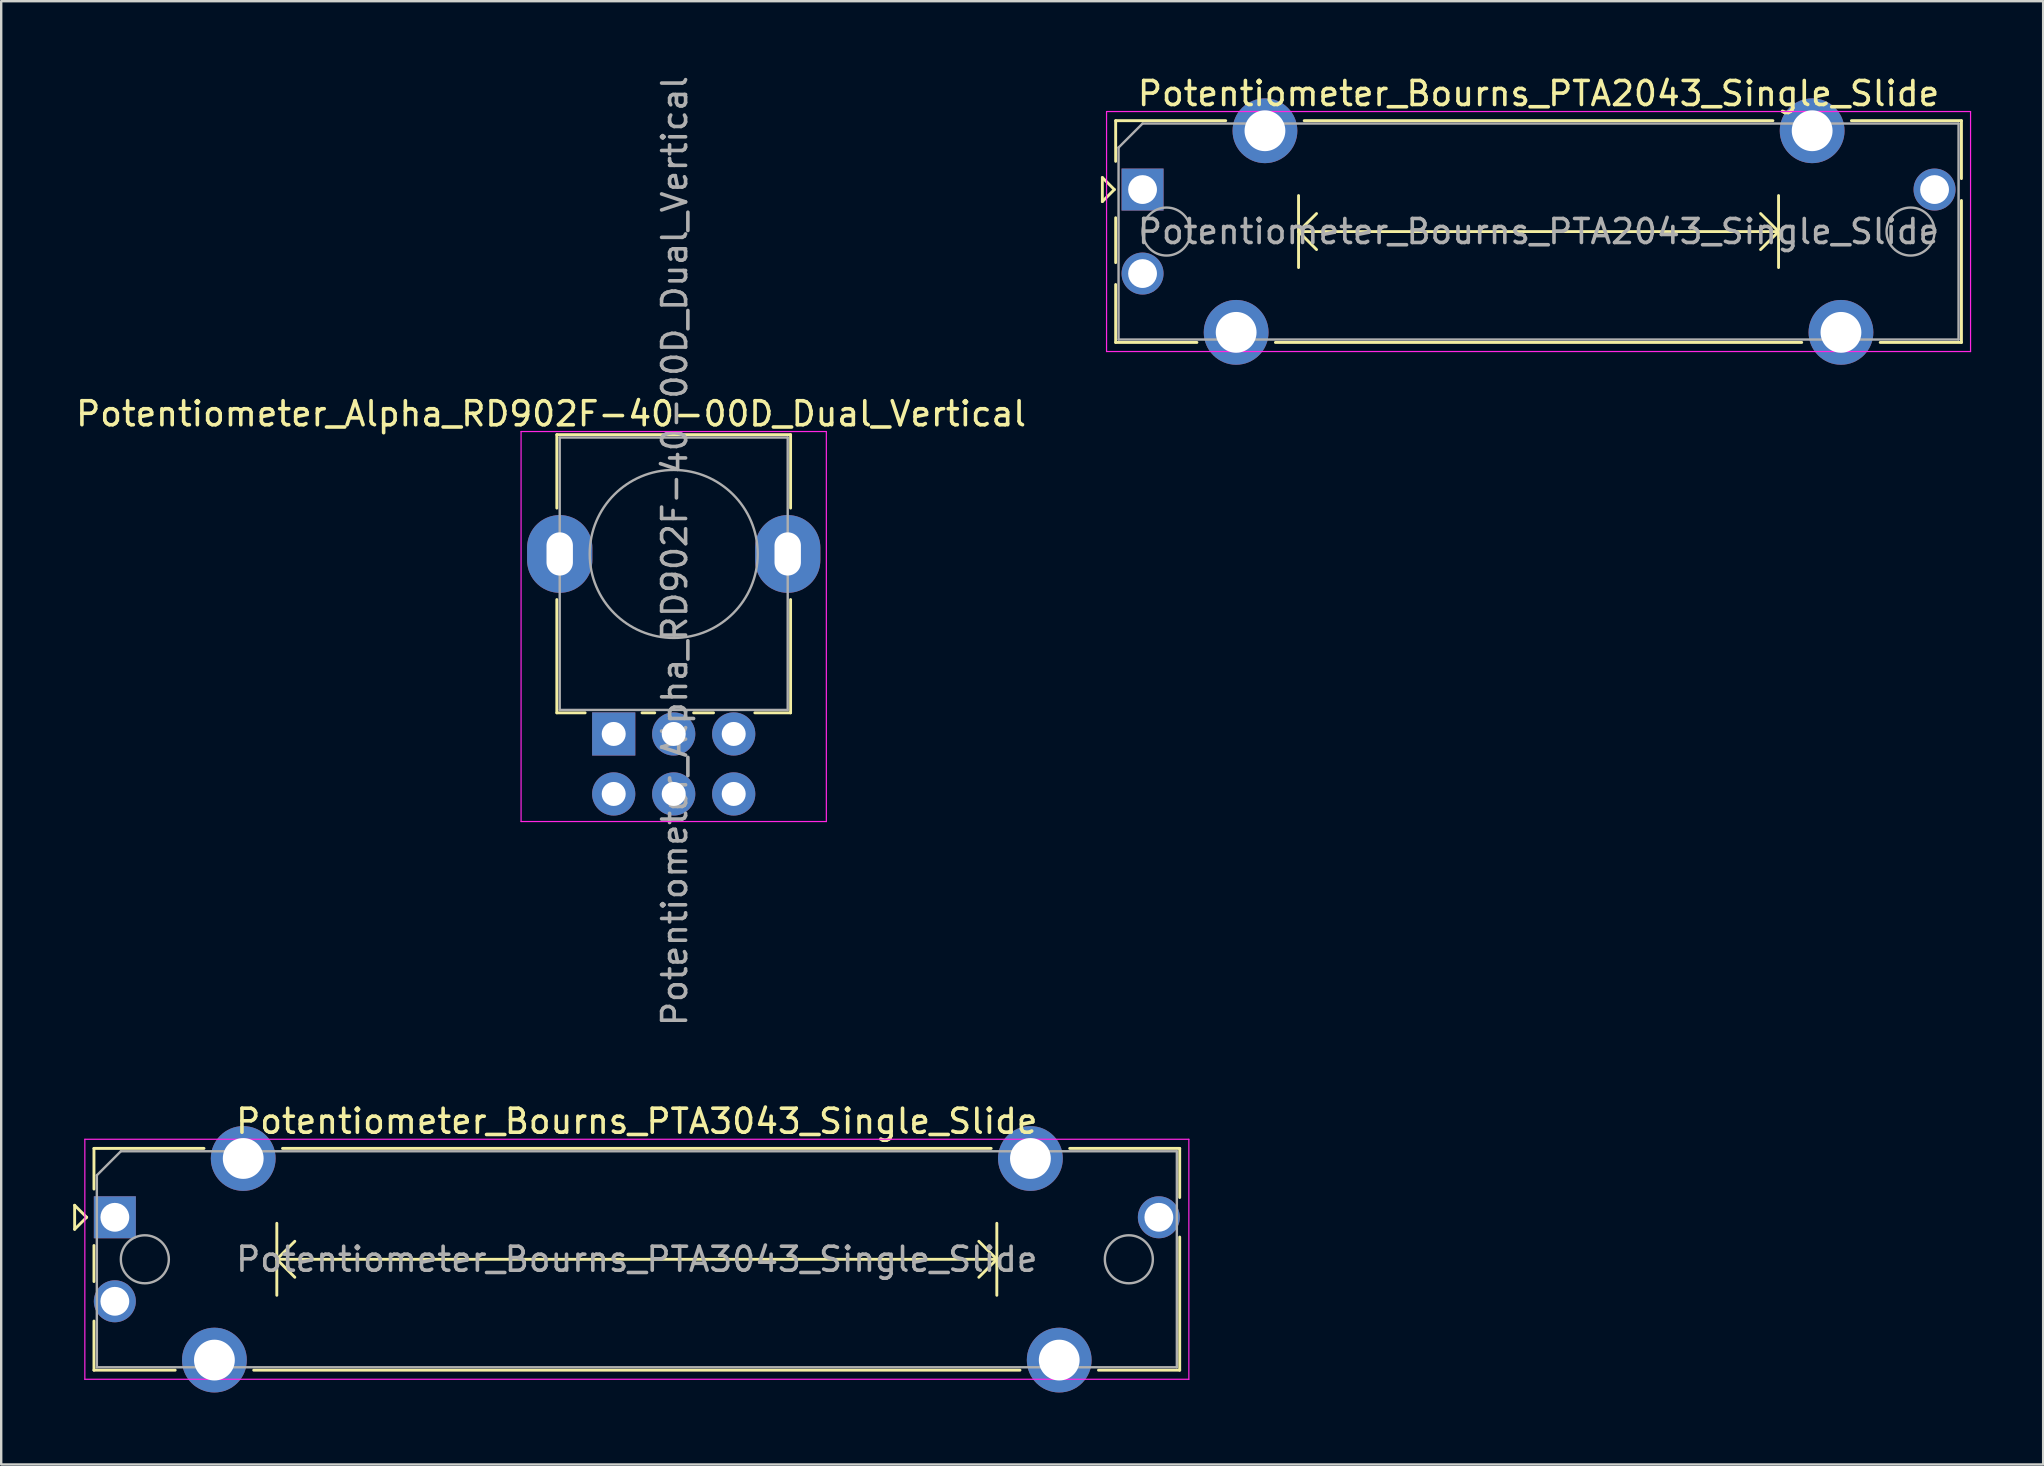
<source format=kicad_pcb>
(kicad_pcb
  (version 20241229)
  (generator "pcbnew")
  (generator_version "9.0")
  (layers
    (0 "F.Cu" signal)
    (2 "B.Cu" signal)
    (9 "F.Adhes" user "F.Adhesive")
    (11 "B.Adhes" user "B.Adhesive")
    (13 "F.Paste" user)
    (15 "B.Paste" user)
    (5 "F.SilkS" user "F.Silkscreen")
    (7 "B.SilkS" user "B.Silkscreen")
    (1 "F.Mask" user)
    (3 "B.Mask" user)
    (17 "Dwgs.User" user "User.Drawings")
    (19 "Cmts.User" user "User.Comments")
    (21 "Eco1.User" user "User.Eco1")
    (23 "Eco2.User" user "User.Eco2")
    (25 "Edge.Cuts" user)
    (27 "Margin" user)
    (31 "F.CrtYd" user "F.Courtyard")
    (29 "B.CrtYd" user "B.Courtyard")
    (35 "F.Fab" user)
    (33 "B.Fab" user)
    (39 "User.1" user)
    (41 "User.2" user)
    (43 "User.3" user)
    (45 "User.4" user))
  (footprint "Potentiometer_Alpha_RD902F-40-00D_Dual_Vertical"
    (layer "F.Cu")
    (at 25.021 20.031)
    (property "Reference" "Potentiometer_Alpha_RD902F-40-00D_Dual_Vertical" (at -5.11 -5.84 180) (layer "F.SilkS") (effects (font (size 1 1) (thickness 0.15))))
    (attr through_hole)
    (fp_line (start -4.87 -1.91) (end -4.87 -4.97) (stroke (width 0.12) (type solid)) (layer "F.SilkS"))
    (fp_line (start -4.87 6.62) (end -4.87 1.9) (stroke (width 0.12) (type solid)) (layer "F.SilkS"))
    (fp_line (start -3.69 6.62) (end -4.87 6.62) (stroke (width 0.12) (type solid)) (layer "F.SilkS"))
    (fp_line (start -0.79 6.62) (end -1.32 6.62) (stroke (width 0.12) (type solid)) (layer "F.SilkS"))
    (fp_line (start 1.66 6.62) (end 0.83 6.62) (stroke (width 0.12) (type solid)) (layer "F.SilkS"))
    (fp_line (start 4.87 -4.97) (end -4.87 -4.97) (stroke (width 0.12) (type solid)) (layer "F.SilkS"))
    (fp_line (start 4.87 -1.91) (end 4.87 -4.97) (stroke (width 0.12) (type solid)) (layer "F.SilkS"))
    (fp_line (start 4.87 6.62) (end 3.38 6.62) (stroke (width 0.12) (type solid)) (layer "F.SilkS"))
    (fp_line (start 4.87 6.62) (end 4.87 1.9) (stroke (width 0.12) (type solid)) (layer "F.SilkS"))
    (fp_line (start -6.36 -5.1) (end -6.36 11.15) (stroke (width 0.05) (type solid)) (layer "F.CrtYd"))
    (fp_line (start -6.36 11.15) (end 6.36 11.15) (stroke (width 0.05) (type solid)) (layer "F.CrtYd"))
    (fp_line (start 6.36 -5.1) (end -6.36 -5.1) (stroke (width 0.05) (type solid)) (layer "F.CrtYd"))
    (fp_line (start 6.36 11.15) (end 6.36 -5.1) (stroke (width 0.05) (type solid)) (layer "F.CrtYd"))
    (fp_line (start -4.75 6.5) (end -4.75 -4.85) (stroke (width 0.1) (type solid)) (layer "F.Fab"))
    (fp_line (start 4.75 -4.85) (end -4.75 -4.85) (stroke (width 0.1) (type solid)) (layer "F.Fab"))
    (fp_line (start 4.75 6.5) (end -4.75 6.5) (stroke (width 0.1) (type solid)) (layer "F.Fab"))
    (fp_line (start 4.75 6.5) (end 4.75 -4.85) (stroke (width 0.1) (type solid)) (layer "F.Fab"))
    (fp_circle (center 0 0) (end -3.5 0) (stroke (width 0.1) (type solid)) (fill no) (layer "F.Fab"))
    (fp_text user "${REFERENCE}" (at 0.04 -0.12 90) (layer "F.Fab") (effects (font (size 1 1) (thickness 0.15))))
    (pad "" thru_hole oval (at -4.75 0 180) (size 2.72 3.24) (drill oval 1.1 1.8) (layers "*.Cu" "*.Mask"))
    (pad "" thru_hole oval (at 4.75 0 180) (size 2.72 3.24) (drill oval 1.1 1.8) (layers "*.Cu" "*.Mask"))
    (pad "1" thru_hole rect (at -2.5 7.5 180) (size 1.8 1.8) (drill 1) (layers "*.Cu" "*.Mask"))
    (pad "2" thru_hole circle (at 0 7.5 180) (size 1.8 1.8) (drill 1) (layers "*.Cu" "*.Mask"))
    (pad "3" thru_hole circle (at 2.5 7.5 180) (size 1.8 1.8) (drill 1) (layers "*.Cu" "*.Mask"))
    (pad "4" thru_hole circle (at -2.5 10 180) (size 1.8 1.8) (drill 1) (layers "*.Cu" "*.Mask"))
    (pad "5" thru_hole circle (at 0 10 180) (size 1.8 1.8) (drill 1) (layers "*.Cu" "*.Mask"))
    (pad "6" thru_hole circle (at 2.5 10 180) (size 1.8 1.8) (drill 1) (layers "*.Cu" "*.Mask")))
  (footprint "Potentiometer_Bourns_PTA3043_Single_Slide"
    (layer "F.Cu")
    (at 23.485 49.43)
    (property "Reference" "Potentiometer_Bourns_PTA3043_Single_Slide" (at -0.001 -5.76 0) (layer "F.SilkS") (effects (font (size 1 1) (thickness 0.15))))
    (attr through_hole)
    (fp_line (start -23.425 -2.26) (end -23.425 -1.26) (stroke (width 0.12) (type solid)) (layer "F.SilkS"))
    (fp_line (start -23.425 -1.26) (end -22.925 -1.76) (stroke (width 0.12) (type solid)) (layer "F.SilkS"))
    (fp_line (start -22.925 -1.76) (end -23.425 -2.26) (stroke (width 0.12) (type solid)) (layer "F.SilkS"))
    (fp_line (start -22.62 -4.63) (end -22.62 -2.935) (stroke (width 0.12) (type solid)) (layer "F.SilkS"))
    (fp_line (start -22.62 -4.63) (end -18.035 -4.63) (stroke (width 0.12) (type solid)) (layer "F.SilkS"))
    (fp_line (start -22.62 -0.585) (end -22.62 0.918) (stroke (width 0.12) (type solid)) (layer "F.SilkS"))
    (fp_line (start -22.62 2.563) (end -22.62 4.61) (stroke (width 0.12) (type solid)) (layer "F.SilkS"))
    (fp_line (start -22.62 4.61) (end -19.235 4.61) (stroke (width 0.12) (type solid)) (layer "F.SilkS"))
    (fp_line (start -15.964 4.61) (end 15.964 4.61) (stroke (width 0.12) (type solid)) (layer "F.SilkS"))
    (fp_line (start -15.001 -1.51) (end -15.001 1.49) (stroke (width 0.12) (type solid)) (layer "F.SilkS"))
    (fp_line (start -15.001 -0.01) (end -14.251 0.74) (stroke (width 0.12) (type solid)) (layer "F.SilkS"))
    (fp_line (start -15.001 -0.01) (end 14.999 -0.01) (stroke (width 0.12) (type solid)) (layer "F.SilkS"))
    (fp_line (start -14.764 -4.63) (end 14.764 -4.63) (stroke (width 0.12) (type solid)) (layer "F.SilkS"))
    (fp_line (start -14.251 -0.76) (end -15.001 -0.01) (stroke (width 0.12) (type solid)) (layer "F.SilkS"))
    (fp_line (start 14.249 -0.76) (end 14.999 -0.01) (stroke (width 0.12) (type solid)) (layer "F.SilkS"))
    (fp_line (start 14.999 -1.51) (end 14.999 1.49) (stroke (width 0.12) (type solid)) (layer "F.SilkS"))
    (fp_line (start 14.999 -0.01) (end 14.249 0.74) (stroke (width 0.12) (type solid)) (layer "F.SilkS"))
    (fp_line (start 18.035 -4.63) (end 22.619 -4.63) (stroke (width 0.12) (type solid)) (layer "F.SilkS"))
    (fp_line (start 19.235 4.61) (end 22.619 4.61) (stroke (width 0.12) (type solid)) (layer "F.SilkS"))
    (fp_line (start 22.619 -4.63) (end 22.619 -2.583) (stroke (width 0.12) (type solid)) (layer "F.SilkS"))
    (fp_line (start 22.619 -0.937) (end 22.619 4.61) (stroke (width 0.12) (type solid)) (layer "F.SilkS"))
    (fp_line (start -23 -5.01) (end -23 4.99) (stroke (width 0.05) (type solid)) (layer "F.CrtYd"))
    (fp_line (start -23 4.99) (end 23 4.99) (stroke (width 0.05) (type solid)) (layer "F.CrtYd"))
    (fp_line (start 23 -5.01) (end -23 -5.01) (stroke (width 0.05) (type solid)) (layer "F.CrtYd"))
    (fp_line (start 23 4.99) (end 23 -5.01) (stroke (width 0.05) (type solid)) (layer "F.CrtYd"))
    (fp_line (start -22.5 -3.51) (end -21.5 -4.51) (stroke (width 0.1) (type solid)) (layer "F.Fab"))
    (fp_line (start -22.5 4.49) (end -22.5 -3.51) (stroke (width 0.1) (type solid)) (layer "F.Fab"))
    (fp_line (start -21.5 -4.51) (end 22.5 -4.51) (stroke (width 0.1) (type solid)) (layer "F.Fab"))
    (fp_line (start 22.5 -4.51) (end 22.5 4.49) (stroke (width 0.1) (type solid)) (layer "F.Fab"))
    (fp_line (start 22.5 4.49) (end -22.5 4.49) (stroke (width 0.1) (type solid)) (layer "F.Fab"))
    (fp_circle (center -20.5 -0.01) (end -19.5 -0.01) (stroke (width 0.1) (type solid)) (fill no) (layer "F.Fab"))
    (fp_circle (center 20.5 -0.01) (end 21.5 -0.01) (stroke (width 0.1) (type solid)) (fill no) (layer "F.Fab"))
    (fp_text user "${REFERENCE}" (at -0.001 -0.01 0) (layer "F.Fab") (effects (font (size 1 1) (thickness 0.15))))
    (pad "1" thru_hole rect (at -21.75 -1.76) (size 1.75 1.75) (drill 1.2) (layers "*.Cu" "*.Mask"))
    (pad "2" thru_hole circle (at -21.75 1.74) (size 1.75 1.75) (drill 1.2) (layers "*.Cu" "*.Mask"))
    (pad "3" thru_hole circle (at 21.75 -1.76) (size 1.75 1.75) (drill 1.2) (layers "*.Cu" "*.Mask"))
    (pad "MP" thru_hole circle (at -17.601 4.19) (size 2.7 2.7) (drill 1.7) (layers "*.Cu" "*.Mask"))
    (pad "MP" thru_hole circle (at -16.401 -4.21) (size 2.7 2.7) (drill 1.7) (layers "*.Cu" "*.Mask"))
    (pad "MP" thru_hole circle (at 16.399 -4.21) (size 2.7 2.7) (drill 1.7) (layers "*.Cu" "*.Mask"))
    (pad "MP" thru_hole circle (at 17.599 4.19) (size 2.7 2.7) (drill 1.7) (layers "*.Cu" "*.Mask")))
  (footprint "Potentiometer_Bourns_PTA2043_Single_Slide"
    (layer "F.Cu")
    (at 61.056 6.598)
    (property "Reference" "Potentiometer_Bourns_PTA2043_Single_Slide" (at 0 -5.75 0) (layer "F.SilkS") (effects (font (size 1 1) (thickness 0.15))))
    (attr through_hole)
    (fp_line (start -18.175 -2.25) (end -18.175 -1.25) (stroke (width 0.12) (type solid)) (layer "F.SilkS"))
    (fp_line (start -18.175 -1.25) (end -17.675 -1.75) (stroke (width 0.12) (type solid)) (layer "F.SilkS"))
    (fp_line (start -17.675 -1.75) (end -18.175 -2.25) (stroke (width 0.12) (type solid)) (layer "F.SilkS"))
    (fp_line (start -17.62 -4.62) (end -17.62 -2.925) (stroke (width 0.12) (type solid)) (layer "F.SilkS"))
    (fp_line (start -17.62 -4.62) (end -13.035 -4.62) (stroke (width 0.12) (type solid)) (layer "F.SilkS"))
    (fp_line (start -17.62 -0.575) (end -17.62 1.295) (stroke (width 0.12) (type solid)) (layer "F.SilkS"))
    (fp_line (start -17.62 2.206) (end -17.62 4.62) (stroke (width 0.12) (type solid)) (layer "F.SilkS"))
    (fp_line (start -17.62 4.62) (end -14.235 4.62) (stroke (width 0.12) (type solid)) (layer "F.SilkS"))
    (fp_line (start -10.964 4.62) (end 10.965 4.62) (stroke (width 0.12) (type solid)) (layer "F.SilkS"))
    (fp_line (start -10 -1.5) (end -10 1.5) (stroke (width 0.12) (type solid)) (layer "F.SilkS"))
    (fp_line (start -10 0) (end -9.25 0.75) (stroke (width 0.12) (type solid)) (layer "F.SilkS"))
    (fp_line (start -10 0) (end 10 0) (stroke (width 0.12) (type solid)) (layer "F.SilkS"))
    (fp_line (start -9.764 -4.62) (end 9.765 -4.62) (stroke (width 0.12) (type solid)) (layer "F.SilkS"))
    (fp_line (start -9.25 -0.75) (end -10 0) (stroke (width 0.12) (type solid)) (layer "F.SilkS"))
    (fp_line (start 9.25 -0.75) (end 10 0) (stroke (width 0.12) (type solid)) (layer "F.SilkS"))
    (fp_line (start 10 -1.5) (end 10 1.5) (stroke (width 0.12) (type solid)) (layer "F.SilkS"))
    (fp_line (start 10 0) (end 9.25 0.75) (stroke (width 0.12) (type solid)) (layer "F.SilkS"))
    (fp_line (start 13.036 -4.62) (end 17.62 -4.62) (stroke (width 0.12) (type solid)) (layer "F.SilkS"))
    (fp_line (start 14.236 4.62) (end 17.62 4.62) (stroke (width 0.12) (type solid)) (layer "F.SilkS"))
    (fp_line (start 17.62 -4.62) (end 17.62 -2.206) (stroke (width 0.12) (type solid)) (layer "F.SilkS"))
    (fp_line (start 17.62 -1.294) (end 17.62 4.62) (stroke (width 0.12) (type solid)) (layer "F.SilkS"))
    (fp_line (start -18 -5) (end -18 5) (stroke (width 0.05) (type solid)) (layer "F.CrtYd"))
    (fp_line (start -18 5) (end 18 5) (stroke (width 0.05) (type solid)) (layer "F.CrtYd"))
    (fp_line (start 18 -5) (end -18 -5) (stroke (width 0.05) (type solid)) (layer "F.CrtYd"))
    (fp_line (start 18 5) (end 18 -5) (stroke (width 0.05) (type solid)) (layer "F.CrtYd"))
    (fp_line (start -17.5 -3.5) (end -16.5 -4.5) (stroke (width 0.1) (type solid)) (layer "F.Fab"))
    (fp_line (start -17.5 4.5) (end -17.5 -3.5) (stroke (width 0.1) (type solid)) (layer "F.Fab"))
    (fp_line (start -16.5 -4.5) (end 17.5 -4.5) (stroke (width 0.1) (type solid)) (layer "F.Fab"))
    (fp_line (start 17.5 -4.5) (end 17.5 4.5) (stroke (width 0.1) (type solid)) (layer "F.Fab"))
    (fp_line (start 17.5 4.5) (end -17.5 4.5) (stroke (width 0.1) (type solid)) (layer "F.Fab"))
    (fp_circle (center -15.5 0) (end -14.5 0) (stroke (width 0.1) (type solid)) (fill no) (layer "F.Fab"))
    (fp_circle (center 15.5 0) (end 16.5 0) (stroke (width 0.1) (type solid)) (fill no) (layer "F.Fab"))
    (fp_text user "${REFERENCE}" (at 0 0 0) (layer "F.Fab") (effects (font (size 1 1) (thickness 0.15))))
    (pad "1" thru_hole rect (at -16.5 -1.75) (size 1.75 1.75) (drill 1.2) (layers "*.Cu" "*.Mask"))
    (pad "2" thru_hole circle (at -16.5 1.75) (size 1.75 1.75) (drill 1.2) (layers "*.Cu" "*.Mask"))
    (pad "3" thru_hole circle (at 16.5 -1.75) (size 1.75 1.75) (drill 1.2) (layers "*.Cu" "*.Mask"))
    (pad "MP" thru_hole circle (at -12.6 4.2) (size 2.7 2.7) (drill 1.7) (layers "*.Cu" "*.Mask"))
    (pad "MP" thru_hole circle (at -11.4 -4.2) (size 2.7 2.7) (drill 1.7) (layers "*.Cu" "*.Mask"))
    (pad "MP" thru_hole circle (at 11.4 -4.2) (size 2.7 2.7) (drill 1.7) (layers "*.Cu" "*.Mask"))
    (pad "MP" thru_hole circle (at 12.6 4.2) (size 2.7 2.7) (drill 1.7) (layers "*.Cu" "*.Mask")))
  (gr_rect
    (start -3 -3)
    (end 82.081 57.97)
    (stroke (width 0.1) (type default))
    (fill no)
    (layer "Edge.Cuts")))
</source>
